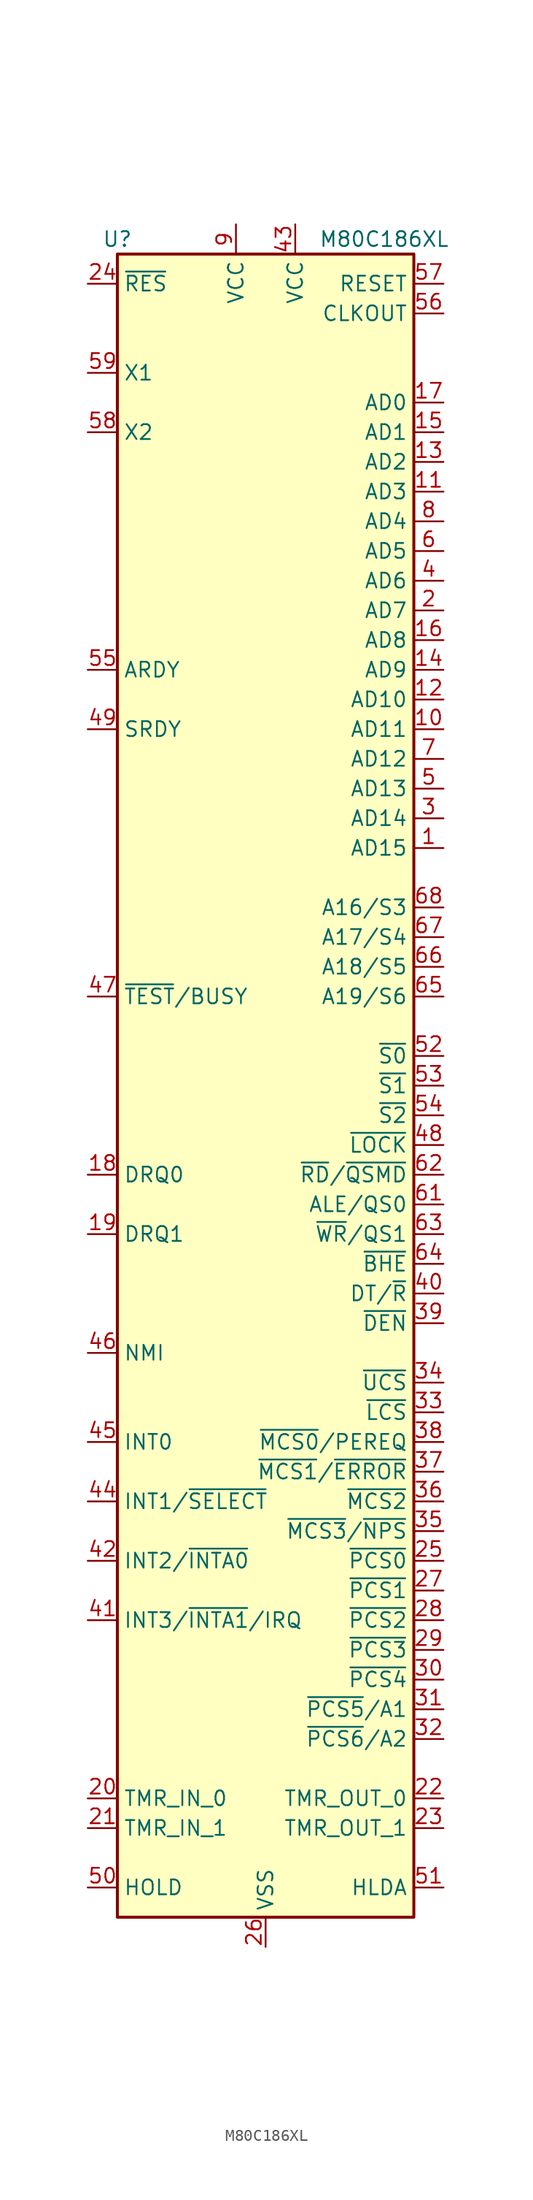
<source format=kicad_sym>
(kicad_symbol_lib
  (version 20211014)
  (generator kicad_symbol_editor)
  (symbol "M80C186XL"
    (property "Reference" "U"
      (at -12.7 72.39 0)
      (effects (font (size 1.27 1.27))))
    (property "Value" "M80C186XL"
      (at 10.16 72.39 0)
      (effects (font (size 1.27 1.27))))
    (symbol "M80C186XL_0_1"
      (rectangle (start 12.7 -71.12) (end -12.7 71.12) (stroke (width 0.254) (type default) (color 0 0 0 0)) (fill (type background))))
    (symbol "M80C186XL_1_1"
      (pin bidirectional line (at 15.24 20.32 180) (length 2.54) (name "AD15" (effects (font (size 1.27 1.27)))) (number "1" (effects (font (size 1.27 1.27)))))
      (pin bidirectional line (at 15.24 30.48 180) (length 2.54) (name "AD11" (effects (font (size 1.27 1.27)))) (number "10" (effects (font (size 1.27 1.27)))))
      (pin bidirectional line (at 15.24 50.8 180) (length 2.54) (name "AD3" (effects (font (size 1.27 1.27)))) (number "11" (effects (font (size 1.27 1.27)))))
      (pin bidirectional line (at 15.24 33.02 180) (length 2.54) (name "AD10" (effects (font (size 1.27 1.27)))) (number "12" (effects (font (size 1.27 1.27)))))
      (pin bidirectional line (at 15.24 53.34 180) (length 2.54) (name "AD2" (effects (font (size 1.27 1.27)))) (number "13" (effects (font (size 1.27 1.27)))))
      (pin bidirectional line (at 15.24 35.56 180) (length 2.54) (name "AD9" (effects (font (size 1.27 1.27)))) (number "14" (effects (font (size 1.27 1.27)))))
      (pin bidirectional line (at 15.24 55.88 180) (length 2.54) (name "AD1" (effects (font (size 1.27 1.27)))) (number "15" (effects (font (size 1.27 1.27)))))
      (pin bidirectional line (at 15.24 38.1 180) (length 2.54) (name "AD8" (effects (font (size 1.27 1.27)))) (number "16" (effects (font (size 1.27 1.27)))))
      (pin bidirectional line (at 15.24 58.42 180) (length 2.54) (name "AD0" (effects (font (size 1.27 1.27)))) (number "17" (effects (font (size 1.27 1.27)))))
      (pin input line (at -15.24 -7.62 0) (length 2.54) (name "DRQ0" (effects (font (size 1.27 1.27)))) (number "18" (effects (font (size 1.27 1.27)))))
      (pin input line (at -15.24 -12.7 0) (length 2.54) (name "DRQ1" (effects (font (size 1.27 1.27)))) (number "19" (effects (font (size 1.27 1.27)))))
      (pin bidirectional line (at 15.24 40.64 180) (length 2.54) (name "AD7" (effects (font (size 1.27 1.27)))) (number "2" (effects (font (size 1.27 1.27)))))
      (pin input line (at -15.24 -60.96 0) (length 2.54) (name "TMR_IN_0" (effects (font (size 1.27 1.27)))) (number "20" (effects (font (size 1.27 1.27)))))
      (pin input line (at -15.24 -63.5 0) (length 2.54) (name "TMR_IN_1" (effects (font (size 1.27 1.27)))) (number "21" (effects (font (size 1.27 1.27)))))
      (pin output line (at 15.24 -60.96 180) (length 2.54) (name "TMR_OUT_0" (effects (font (size 1.27 1.27)))) (number "22" (effects (font (size 1.27 1.27)))))
      (pin output line (at 15.24 -63.5 180) (length 2.54) (name "TMR_OUT_1" (effects (font (size 1.27 1.27)))) (number "23" (effects (font (size 1.27 1.27)))))
      (pin input line (at -15.24 68.58 0) (length 2.54) (name "~{RES}" (effects (font (size 1.27 1.27)))) (number "24" (effects (font (size 1.27 1.27)))))
      (pin output line (at 15.24 -40.64 180) (length 2.54) (name "~{PCS0}" (effects (font (size 1.27 1.27)))) (number "25" (effects (font (size 1.27 1.27)))))
      (pin power_in line (at 0 -73.66 90) (length 2.54) (name "VSS" (effects (font (size 1.27 1.27)))) (number "26" (effects (font (size 1.27 1.27)))))
      (pin output line (at 15.24 -43.18 180) (length 2.54) (name "~{PCS1}" (effects (font (size 1.27 1.27)))) (number "27" (effects (font (size 1.27 1.27)))))
      (pin output line (at 15.24 -45.72 180) (length 2.54) (name "~{PCS2}" (effects (font (size 1.27 1.27)))) (number "28" (effects (font (size 1.27 1.27)))))
      (pin output line (at 15.24 -48.26 180) (length 2.54) (name "~{PCS3}" (effects (font (size 1.27 1.27)))) (number "29" (effects (font (size 1.27 1.27)))))
      (pin bidirectional line (at 15.24 22.86 180) (length 2.54) (name "AD14" (effects (font (size 1.27 1.27)))) (number "3" (effects (font (size 1.27 1.27)))))
      (pin output line (at 15.24 -50.8 180) (length 2.54) (name "~{PCS4}" (effects (font (size 1.27 1.27)))) (number "30" (effects (font (size 1.27 1.27)))))
      (pin output line (at 15.24 -53.34 180) (length 2.54) (name "~{PCS5}/A1" (effects (font (size 1.27 1.27)))) (number "31" (effects (font (size 1.27 1.27)))))
      (pin output line (at 15.24 -55.88 180) (length 2.54) (name "~{PCS6}/A2" (effects (font (size 1.27 1.27)))) (number "32" (effects (font (size 1.27 1.27)))))
      (pin bidirectional line (at 15.24 -27.94 180) (length 2.54) (name "~{LCS}" (effects (font (size 1.27 1.27)))) (number "33" (effects (font (size 1.27 1.27)))))
      (pin bidirectional line (at 15.24 -25.4 180) (length 2.54) (name "~{UCS}" (effects (font (size 1.27 1.27)))) (number "34" (effects (font (size 1.27 1.27)))))
      (pin output line (at 15.24 -38.1 180) (length 2.54) (name "~{MCS3}/~{NPS}" (effects (font (size 1.27 1.27)))) (number "35" (effects (font (size 1.27 1.27)))))
      (pin output line (at 15.24 -35.56 180) (length 2.54) (name "~{MCS2}" (effects (font (size 1.27 1.27)))) (number "36" (effects (font (size 1.27 1.27)))))
      (pin bidirectional line (at 15.24 -33.02 180) (length 2.54) (name "~{MCS1}/~{ERROR}" (effects (font (size 1.27 1.27)))) (number "37" (effects (font (size 1.27 1.27)))))
      (pin bidirectional line (at 15.24 -30.48 180) (length 2.54) (name "~{MCS0}/PEREQ" (effects (font (size 1.27 1.27)))) (number "38" (effects (font (size 1.27 1.27)))))
      (pin output line (at 15.24 -20.32 180) (length 2.54) (name "~{DEN}" (effects (font (size 1.27 1.27)))) (number "39" (effects (font (size 1.27 1.27)))))
      (pin bidirectional line (at 15.24 43.18 180) (length 2.54) (name "AD6" (effects (font (size 1.27 1.27)))) (number "4" (effects (font (size 1.27 1.27)))))
      (pin output line (at 15.24 -17.78 180) (length 2.54) (name "DT/~{R}" (effects (font (size 1.27 1.27)))) (number "40" (effects (font (size 1.27 1.27)))))
      (pin bidirectional line (at -15.24 -45.72 0) (length 2.54) (name "INT3/~{INTA1}/IRQ" (effects (font (size 1.27 1.27)))) (number "41" (effects (font (size 1.27 1.27)))))
      (pin bidirectional line (at -15.24 -40.64 0) (length 2.54) (name "INT2/~{INTA0}" (effects (font (size 1.27 1.27)))) (number "42" (effects (font (size 1.27 1.27)))))
      (pin power_in line (at 2.54 73.66 270) (length 2.54) (name "VCC" (effects (font (size 1.27 1.27)))) (number "43" (effects (font (size 1.27 1.27)))))
      (pin input line (at -15.24 -35.56 0) (length 2.54) (name "INT1/~{SELECT}" (effects (font (size 1.27 1.27)))) (number "44" (effects (font (size 1.27 1.27)))))
      (pin input line (at -15.24 -30.48 0) (length 2.54) (name "INT0" (effects (font (size 1.27 1.27)))) (number "45" (effects (font (size 1.27 1.27)))))
      (pin input line (at -15.24 -22.86 0) (length 2.54) (name "NMI" (effects (font (size 1.27 1.27)))) (number "46" (effects (font (size 1.27 1.27)))))
      (pin bidirectional line (at -15.24 7.62 0) (length 2.54) (name "~{TEST}/BUSY" (effects (font (size 1.27 1.27)))) (number "47" (effects (font (size 1.27 1.27)))))
      (pin output line (at 15.24 -5.08 180) (length 2.54) (name "~{LOCK}" (effects (font (size 1.27 1.27)))) (number "48" (effects (font (size 1.27 1.27)))))
      (pin input line (at -15.24 30.48 0) (length 2.54) (name "SRDY" (effects (font (size 1.27 1.27)))) (number "49" (effects (font (size 1.27 1.27)))))
      (pin bidirectional line (at 15.24 25.4 180) (length 2.54) (name "AD13" (effects (font (size 1.27 1.27)))) (number "5" (effects (font (size 1.27 1.27)))))
      (pin input line (at -15.24 -68.58 0) (length 2.54) (name "HOLD" (effects (font (size 1.27 1.27)))) (number "50" (effects (font (size 1.27 1.27)))))
      (pin output line (at 15.24 -68.58 180) (length 2.54) (name "HLDA" (effects (font (size 1.27 1.27)))) (number "51" (effects (font (size 1.27 1.27)))))
      (pin output line (at 15.24 2.54 180) (length 2.54) (name "~{S0}" (effects (font (size 1.27 1.27)))) (number "52" (effects (font (size 1.27 1.27)))))
      (pin output line (at 15.24 0 180) (length 2.54) (name "~{S1}" (effects (font (size 1.27 1.27)))) (number "53" (effects (font (size 1.27 1.27)))))
      (pin output line (at 15.24 -2.54 180) (length 2.54) (name "~{S2}" (effects (font (size 1.27 1.27)))) (number "54" (effects (font (size 1.27 1.27)))))
      (pin input line (at -15.24 35.56 0) (length 2.54) (name "ARDY" (effects (font (size 1.27 1.27)))) (number "55" (effects (font (size 1.27 1.27)))))
      (pin output line (at 15.24 66.04 180) (length 2.54) (name "CLKOUT" (effects (font (size 1.27 1.27)))) (number "56" (effects (font (size 1.27 1.27)))))
      (pin output line (at 15.24 68.58 180) (length 2.54) (name "RESET" (effects (font (size 1.27 1.27)))) (number "57" (effects (font (size 1.27 1.27)))))
      (pin output line (at -15.24 55.88 0) (length 2.54) (name "X2" (effects (font (size 1.27 1.27)))) (number "58" (effects (font (size 1.27 1.27)))))
      (pin input line (at -15.24 60.96 0) (length 2.54) (name "X1" (effects (font (size 1.27 1.27)))) (number "59" (effects (font (size 1.27 1.27)))))
      (pin bidirectional line (at 15.24 45.72 180) (length 2.54) (name "AD5" (effects (font (size 1.27 1.27)))) (number "6" (effects (font (size 1.27 1.27)))))
      (pin passive line (at 0 -73.66 90) (length 2.54) hide (name "VSS" (effects (font (size 1.27 1.27)))) (number "60" (effects (font (size 1.27 1.27)))))
      (pin output line (at 15.24 -10.16 180) (length 2.54) (name "ALE/QS0" (effects (font (size 1.27 1.27)))) (number "61" (effects (font (size 1.27 1.27)))))
      (pin bidirectional line (at 15.24 -7.62 180) (length 2.54) (name "~{RD}/~{QSMD}" (effects (font (size 1.27 1.27)))) (number "62" (effects (font (size 1.27 1.27)))))
      (pin output line (at 15.24 -12.7 180) (length 2.54) (name "~{WR}/QS1" (effects (font (size 1.27 1.27)))) (number "63" (effects (font (size 1.27 1.27)))))
      (pin output line (at 15.24 -15.24 180) (length 2.54) (name "~{BHE}" (effects (font (size 1.27 1.27)))) (number "64" (effects (font (size 1.27 1.27)))))
      (pin output line (at 15.24 7.62 180) (length 2.54) (name "A19/S6" (effects (font (size 1.27 1.27)))) (number "65" (effects (font (size 1.27 1.27)))))
      (pin output line (at 15.24 10.16 180) (length 2.54) (name "A18/S5" (effects (font (size 1.27 1.27)))) (number "66" (effects (font (size 1.27 1.27)))))
      (pin output line (at 15.24 12.7 180) (length 2.54) (name "A17/S4" (effects (font (size 1.27 1.27)))) (number "67" (effects (font (size 1.27 1.27)))))
      (pin output line (at 15.24 15.24 180) (length 2.54) (name "A16/S3" (effects (font (size 1.27 1.27)))) (number "68" (effects (font (size 1.27 1.27)))))
      (pin bidirectional line (at 15.24 27.94 180) (length 2.54) (name "AD12" (effects (font (size 1.27 1.27)))) (number "7" (effects (font (size 1.27 1.27)))))
      (pin bidirectional line (at 15.24 48.26 180) (length 2.54) (name "AD4" (effects (font (size 1.27 1.27)))) (number "8" (effects (font (size 1.27 1.27)))))
      (pin power_in line (at -2.54 73.66 270) (length 2.54) (name "VCC" (effects (font (size 1.27 1.27)))) (number "9" (effects (font (size 1.27 1.27))))))))
</source>
